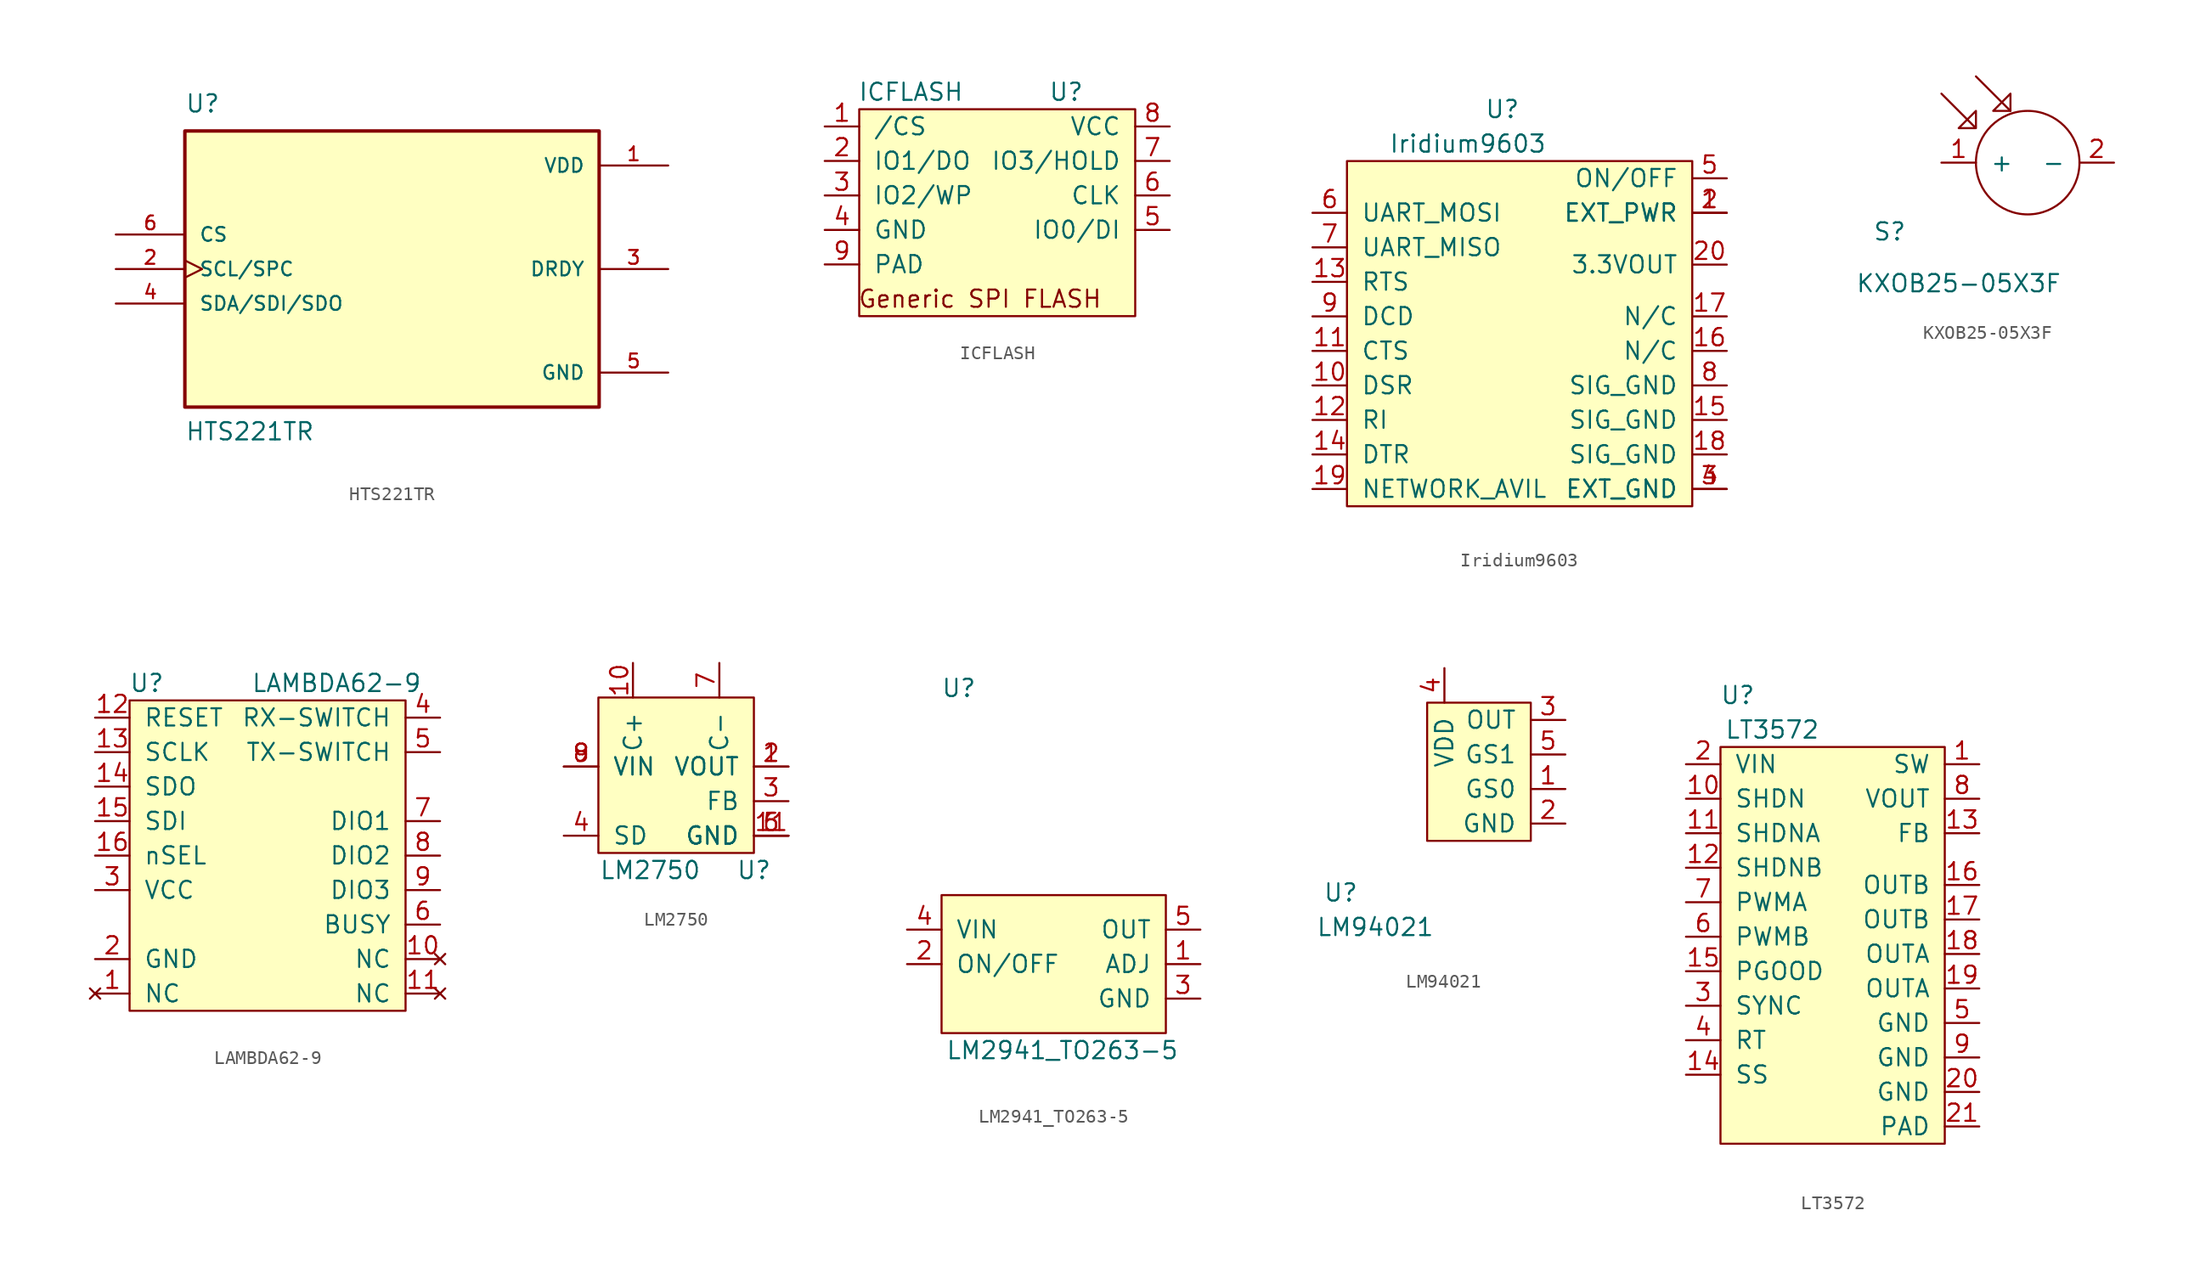
<source format=kicad_sym>
(kicad_symbol_lib
  (version 20211014)
  (generator kicad_symbol_editor)
  (symbol "HTS221TR"
    (pin_names
      (offset 1.016))
    (property "Reference" "U"
      (at -15.24 11.43 0)
      (effects (font (size 1.27 1.27)) (justify left bottom)))
    (property "Value" "HTS221TR"
      (at -15.24 -12.7 0)
      (effects (font (size 1.27 1.27)) (justify left bottom)))
    (property "ki_locked" ""
      (at 0 0 0)
      (effects (font (size 1.27 1.27))))
    (symbol "HTS221TR_0_0"
      (rectangle (start -15.24 -10.16) (end 15.24 10.16) (stroke (width 0.254) (type default) (color 0 0 0 0)) (fill (type background)))
      (pin power_in line (at 20.32 7.62 180) (length 5.08) (name "VDD" (effects (font (size 1.016 1.016)))) (number "1" (effects (font (size 1.016 1.016)))))
      (pin input clock (at -20.32 0 0) (length 5.08) (name "SCL/SPC" (effects (font (size 1.016 1.016)))) (number "2" (effects (font (size 1.016 1.016)))))
      (pin output line (at 20.32 0 180) (length 5.08) (name "DRDY" (effects (font (size 1.016 1.016)))) (number "3" (effects (font (size 1.016 1.016)))))
      (pin bidirectional line (at -20.32 -2.54 0) (length 5.08) (name "SDA/SDI/SDO" (effects (font (size 1.016 1.016)))) (number "4" (effects (font (size 1.016 1.016)))))
      (pin power_in line (at 20.32 -7.62 180) (length 5.08) (name "GND" (effects (font (size 1.016 1.016)))) (number "5" (effects (font (size 1.016 1.016)))))
      (pin input line (at -20.32 2.54 0) (length 5.08) (name "CS" (effects (font (size 1.016 1.016)))) (number "6" (effects (font (size 1.016 1.016)))))))
  (symbol "ICFLASH"
    (pin_names
      (offset 1.016))
    (property "Reference" "U"
      (at 15.24 13.97 0)
      (effects (font (size 1.27 1.27))))
    (property "Value" "ICFLASH"
      (at 3.81 13.97 0)
      (effects (font (size 1.27 1.27))))
    (symbol "ICFLASH_0_0"
      (text "Generic SPI FLASH" (at 8.89 -1.27 0) (effects (font (size 1.27 1.27)))))
    (symbol "ICFLASH_0_1"
      (rectangle (start 0 -2.54) (end 20.32 12.7) (stroke (width 0) (type default) (color 0 0 0 0)) (fill (type background))))
    (symbol "ICFLASH_1_1"
      (pin input line (at -2.54 11.43 0) (length 2.54) (name "/CS" (effects (font (size 1.27 1.27)))) (number "1" (effects (font (size 1.27 1.27)))))
      (pin input line (at -2.54 8.89 0) (length 2.54) (name "IO1/DO" (effects (font (size 1.27 1.27)))) (number "2" (effects (font (size 1.27 1.27)))))
      (pin input line (at -2.54 6.35 0) (length 2.54) (name "IO2/WP" (effects (font (size 1.27 1.27)))) (number "3" (effects (font (size 1.27 1.27)))))
      (pin input line (at -2.54 3.81 0) (length 2.54) (name "GND" (effects (font (size 1.27 1.27)))) (number "4" (effects (font (size 1.27 1.27)))))
      (pin input line (at 22.86 3.81 180) (length 2.54) (name "IO0/DI" (effects (font (size 1.27 1.27)))) (number "5" (effects (font (size 1.27 1.27)))))
      (pin input line (at 22.86 6.35 180) (length 2.54) (name "CLK" (effects (font (size 1.27 1.27)))) (number "6" (effects (font (size 1.27 1.27)))))
      (pin input line (at 22.86 8.89 180) (length 2.54) (name "IO3/HOLD" (effects (font (size 1.27 1.27)))) (number "7" (effects (font (size 1.27 1.27)))))
      (pin input line (at 22.86 11.43 180) (length 2.54) (name "VCC" (effects (font (size 1.27 1.27)))) (number "8" (effects (font (size 1.27 1.27)))))
      (pin input line (at -2.54 1.27 0) (length 2.54) (name "PAD" (effects (font (size 1.27 1.27)))) (number "9" (effects (font (size 1.27 1.27)))))))
  (symbol "Iridium9603"
    (pin_names
      (offset 1.016))
    (property "Reference" "U"
      (at 11.43 29.21 0)
      (effects (font (size 1.27 1.27))))
    (property "Value" "Iridium9603"
      (at 8.89 26.67 0)
      (effects (font (size 1.27 1.27))))
    (symbol "Iridium9603_0_1"
      (rectangle (start 0 0) (end 25.4 25.4) (stroke (width 0) (type default) (color 0 0 0 0)) (fill (type background))))
    (symbol "Iridium9603_1_1"
      (pin input line (at 27.94 21.59 180) (length 2.54) (name "EXT_PWR" (effects (font (size 1.27 1.27)))) (number "1" (effects (font (size 1.27 1.27)))))
      (pin output line (at -2.54 8.89 0) (length 2.54) (name "DSR" (effects (font (size 1.27 1.27)))) (number "10" (effects (font (size 1.27 1.27)))))
      (pin output line (at -2.54 11.43 0) (length 2.54) (name "CTS" (effects (font (size 1.27 1.27)))) (number "11" (effects (font (size 1.27 1.27)))))
      (pin output line (at -2.54 6.35 0) (length 2.54) (name "RI" (effects (font (size 1.27 1.27)))) (number "12" (effects (font (size 1.27 1.27)))))
      (pin input line (at -2.54 16.51 0) (length 2.54) (name "RTS" (effects (font (size 1.27 1.27)))) (number "13" (effects (font (size 1.27 1.27)))))
      (pin input line (at -2.54 3.81 0) (length 2.54) (name "DTR" (effects (font (size 1.27 1.27)))) (number "14" (effects (font (size 1.27 1.27)))))
      (pin input line (at 27.94 6.35 180) (length 2.54) (name "SIG_GND" (effects (font (size 1.27 1.27)))) (number "15" (effects (font (size 1.27 1.27)))))
      (pin input line (at 27.94 11.43 180) (length 2.54) (name "N/C" (effects (font (size 1.27 1.27)))) (number "16" (effects (font (size 1.27 1.27)))))
      (pin input line (at 27.94 13.97 180) (length 2.54) (name "N/C" (effects (font (size 1.27 1.27)))) (number "17" (effects (font (size 1.27 1.27)))))
      (pin input line (at 27.94 3.81 180) (length 2.54) (name "SIG_GND" (effects (font (size 1.27 1.27)))) (number "18" (effects (font (size 1.27 1.27)))))
      (pin output line (at -2.54 1.27 0) (length 2.54) (name "NETWORK_AVIL" (effects (font (size 1.27 1.27)))) (number "19" (effects (font (size 1.27 1.27)))))
      (pin input line (at 27.94 21.59 180) (length 2.54) (name "EXT_PWR" (effects (font (size 1.27 1.27)))) (number "2" (effects (font (size 1.27 1.27)))))
      (pin output line (at 27.94 17.78 180) (length 2.54) (name "3.3VOUT" (effects (font (size 1.27 1.27)))) (number "20" (effects (font (size 1.27 1.27)))))
      (pin input line (at 27.94 1.27 180) (length 2.54) (name "EXT_GND" (effects (font (size 1.27 1.27)))) (number "3" (effects (font (size 1.27 1.27)))))
      (pin input line (at 27.94 1.27 180) (length 2.54) (name "EXT_GND" (effects (font (size 1.27 1.27)))) (number "4" (effects (font (size 1.27 1.27)))))
      (pin input line (at 27.94 24.13 180) (length 2.54) (name "ON/OFF" (effects (font (size 1.27 1.27)))) (number "5" (effects (font (size 1.27 1.27)))))
      (pin input line (at -2.54 21.59 0) (length 2.54) (name "UART_MOSI" (effects (font (size 1.27 1.27)))) (number "6" (effects (font (size 1.27 1.27)))))
      (pin output line (at -2.54 19.05 0) (length 2.54) (name "UART_MISO" (effects (font (size 1.27 1.27)))) (number "7" (effects (font (size 1.27 1.27)))))
      (pin input line (at 27.94 8.89 180) (length 2.54) (name "SIG_GND" (effects (font (size 1.27 1.27)))) (number "8" (effects (font (size 1.27 1.27)))))
      (pin output line (at -2.54 13.97 0) (length 2.54) (name "DCD" (effects (font (size 1.27 1.27)))) (number "9" (effects (font (size 1.27 1.27)))))))
  (symbol "KXOB25-05X3F"
    (pin_names
      (offset 1.016))
    (property "Reference" "S"
      (at -10.16 -5.08 0)
      (effects (font (size 1.27 1.27))))
    (property "Value" "KXOB25-05X3F"
      (at -5.08 -8.89 0)
      (effects (font (size 1.27 1.27))))
    (symbol "KXOB25-05X3F_0_1"
      (polyline (pts (xy -3.81 6.35) (xy -1.27 3.81)) (stroke (width 0) (type default) (color 0 0 0 0)) (fill (type none)))
      (polyline (pts (xy -2.54 3.81) (xy -1.27 5.08) (xy -1.27 3.81) (xy -2.54 3.81)) (stroke (width 0) (type default) (color 0 0 0 0)) (fill (type none)))
      (polyline (pts (xy -6.35 5.08) (xy -3.81 2.54) (xy -3.81 3.81) (xy -5.08 2.54) (xy -3.81 2.54)) (stroke (width 0) (type default) (color 0 0 0 0)) (fill (type none)))
      (circle (center 0 0) (radius 3.81) (stroke (width 0) (type default) (color 0 0 0 0)) (fill (type none))))
    (symbol "KXOB25-05X3F_1_1"
      (pin input line (at -6.35 0 0) (length 2.54) (name "+" (effects (font (size 1.27 1.27)))) (number "1" (effects (font (size 1.27 1.27)))))
      (pin input line (at 6.35 0 180) (length 2.54) (name "-" (effects (font (size 1.27 1.27)))) (number "2" (effects (font (size 1.27 1.27)))))))
  (symbol "LAMBDA62-9"
    (pin_names
      (offset 1.016))
    (property "Reference" "U"
      (at 1.27 24.13 0)
      (effects (font (size 1.27 1.27))))
    (property "Value" "LAMBDA62-9"
      (at 15.24 24.13 0)
      (effects (font (size 1.27 1.27))))
    (symbol "LAMBDA62-9_0_1"
      (rectangle (start 0 0) (end 20.32 22.86) (stroke (width 0) (type default) (color 0 0 0 0)) (fill (type background))))
    (symbol "LAMBDA62-9_1_1"
      (pin no_connect line (at -2.54 1.27 0) (length 2.54) (name "NC" (effects (font (size 1.27 1.27)))) (number "1" (effects (font (size 1.27 1.27)))))
      (pin no_connect line (at 22.86 3.81 180) (length 2.54) (name "NC" (effects (font (size 1.27 1.27)))) (number "10" (effects (font (size 1.27 1.27)))))
      (pin no_connect line (at 22.86 1.27 180) (length 2.54) (name "NC" (effects (font (size 1.27 1.27)))) (number "11" (effects (font (size 1.27 1.27)))))
      (pin input line (at -2.54 21.59 0) (length 2.54) (name "RESET" (effects (font (size 1.27 1.27)))) (number "12" (effects (font (size 1.27 1.27)))))
      (pin input line (at -2.54 19.05 0) (length 2.54) (name "SCLK" (effects (font (size 1.27 1.27)))) (number "13" (effects (font (size 1.27 1.27)))))
      (pin input line (at -2.54 16.51 0) (length 2.54) (name "SDO" (effects (font (size 1.27 1.27)))) (number "14" (effects (font (size 1.27 1.27)))))
      (pin input line (at -2.54 13.97 0) (length 2.54) (name "SDI" (effects (font (size 1.27 1.27)))) (number "15" (effects (font (size 1.27 1.27)))))
      (pin input line (at -2.54 11.43 0) (length 2.54) (name "nSEL" (effects (font (size 1.27 1.27)))) (number "16" (effects (font (size 1.27 1.27)))))
      (pin power_in line (at -2.54 3.81 0) (length 2.54) (name "GND" (effects (font (size 1.27 1.27)))) (number "2" (effects (font (size 1.27 1.27)))))
      (pin power_in line (at -2.54 8.89 0) (length 2.54) (name "VCC" (effects (font (size 1.27 1.27)))) (number "3" (effects (font (size 1.27 1.27)))))
      (pin input line (at 22.86 21.59 180) (length 2.54) (name "RX-SWITCH" (effects (font (size 1.27 1.27)))) (number "4" (effects (font (size 1.27 1.27)))))
      (pin input line (at 22.86 19.05 180) (length 2.54) (name "TX-SWITCH" (effects (font (size 1.27 1.27)))) (number "5" (effects (font (size 1.27 1.27)))))
      (pin input line (at 22.86 6.35 180) (length 2.54) (name "BUSY" (effects (font (size 1.27 1.27)))) (number "6" (effects (font (size 1.27 1.27)))))
      (pin input line (at 22.86 13.97 180) (length 2.54) (name "DIO1" (effects (font (size 1.27 1.27)))) (number "7" (effects (font (size 1.27 1.27)))))
      (pin input line (at 22.86 11.43 180) (length 2.54) (name "DIO2" (effects (font (size 1.27 1.27)))) (number "8" (effects (font (size 1.27 1.27)))))
      (pin input line (at 22.86 8.89 180) (length 2.54) (name "DIO3" (effects (font (size 1.27 1.27)))) (number "9" (effects (font (size 1.27 1.27)))))))
  (symbol "LM2750"
    (pin_names
      (offset 1.016))
    (property "Reference" "U"
      (at 11.43 -1.27 0)
      (effects (font (size 1.27 1.27))))
    (property "Value" "LM2750"
      (at 3.81 -1.27 0)
      (effects (font (size 1.27 1.27))))
    (symbol "LM2750_0_1"
      (rectangle (start 0 0) (end 11.43 11.43) (stroke (width 0) (type default) (color 0 0 0 0)) (fill (type background))))
    (symbol "LM2750_1_1"
      (pin input line (at 13.97 6.35 180) (length 2.54) (name "VOUT" (effects (font (size 1.27 1.27)))) (number "1" (effects (font (size 1.27 1.27)))))
      (pin input line (at 2.54 13.97 270) (length 2.54) (name "C+" (effects (font (size 1.27 1.27)))) (number "10" (effects (font (size 1.27 1.27)))))
      (pin input line (at 13.97 1.27 180) (length 2.54) (name "GND" (effects (font (size 1.27 1.27)))) (number "11" (effects (font (size 1.27 1.27)))))
      (pin input line (at 13.97 6.35 180) (length 2.54) (name "VOUT" (effects (font (size 1.27 1.27)))) (number "2" (effects (font (size 1.27 1.27)))))
      (pin input line (at 13.97 3.81 180) (length 2.54) (name "FB" (effects (font (size 1.27 1.27)))) (number "3" (effects (font (size 1.27 1.27)))))
      (pin input line (at -2.54 1.27 0) (length 2.54) (name "SD" (effects (font (size 1.27 1.27)))) (number "4" (effects (font (size 1.27 1.27)))))
      (pin input line (at 13.97 1.27 180) (length 2.54) (name "GND" (effects (font (size 1.27 1.27)))) (number "5" (effects (font (size 1.27 1.27)))))
      (pin input line (at 13.97 1.27 180) (length 2.54) (name "GND" (effects (font (size 1.27 1.27)))) (number "6" (effects (font (size 1.27 1.27)))))
      (pin input line (at 8.89 13.97 270) (length 2.54) (name "C-" (effects (font (size 1.27 1.27)))) (number "7" (effects (font (size 1.27 1.27)))))
      (pin input line (at -2.54 6.35 0) (length 2.54) (name "VIN" (effects (font (size 1.27 1.27)))) (number "8" (effects (font (size 1.27 1.27)))))
      (pin input line (at -2.54 6.35 0) (length 2.54) (name "VIN" (effects (font (size 1.27 1.27)))) (number "9" (effects (font (size 1.27 1.27)))))))
  (symbol "LM2941_TO263-5"
    (pin_names
      (offset 1.016))
    (property "Reference" "U"
      (at 1.27 25.4 0)
      (effects (font (size 1.27 1.27))))
    (property "Value" "LM2941_TO263-5"
      (at 8.89 -1.27 0)
      (effects (font (size 1.27 1.27))))
    (symbol "LM2941_TO263-5_0_1"
      (rectangle (start 0 0) (end 16.51 10.16) (stroke (width 0) (type default) (color 0 0 0 0)) (fill (type background))))
    (symbol "LM2941_TO263-5_1_1"
      (pin input line (at 19.05 5.08 180) (length 2.54) (name "ADJ" (effects (font (size 1.27 1.27)))) (number "1" (effects (font (size 1.27 1.27)))))
      (pin input line (at -2.54 5.08 0) (length 2.54) (name "ON/OFF" (effects (font (size 1.27 1.27)))) (number "2" (effects (font (size 1.27 1.27)))))
      (pin input line (at 19.05 2.54 180) (length 2.54) (name "GND" (effects (font (size 1.27 1.27)))) (number "3" (effects (font (size 1.27 1.27)))))
      (pin input line (at -2.54 7.62 0) (length 2.54) (name "VIN" (effects (font (size 1.27 1.27)))) (number "4" (effects (font (size 1.27 1.27)))))
      (pin input line (at 19.05 7.62 180) (length 2.54) (name "OUT" (effects (font (size 1.27 1.27)))) (number "5" (effects (font (size 1.27 1.27)))))))
  (symbol "LM94021"
    (pin_names
      (offset 1.016))
    (property "Reference" "U"
      (at -6.35 -3.81 0)
      (effects (font (size 1.27 1.27))))
    (property "Value" "LM94021"
      (at -3.81 -6.35 0)
      (effects (font (size 1.27 1.27))))
    (symbol "LM94021_0_1"
      (rectangle (start 0 0) (end 7.62 10.16) (stroke (width 0) (type default) (color 0 0 0 0)) (fill (type background))))
    (symbol "LM94021_1_1"
      (pin input line (at 10.16 3.81 180) (length 2.54) (name "GS0" (effects (font (size 1.27 1.27)))) (number "1" (effects (font (size 1.27 1.27)))))
      (pin input line (at 10.16 1.27 180) (length 2.54) (name "GND" (effects (font (size 1.27 1.27)))) (number "2" (effects (font (size 1.27 1.27)))))
      (pin input line (at 10.16 8.89 180) (length 2.54) (name "OUT" (effects (font (size 1.27 1.27)))) (number "3" (effects (font (size 1.27 1.27)))))
      (pin input line (at 1.27 12.7 270) (length 2.54) (name "VDD" (effects (font (size 1.27 1.27)))) (number "4" (effects (font (size 1.27 1.27)))))
      (pin input line (at 10.16 6.35 180) (length 2.54) (name "GS1" (effects (font (size 1.27 1.27)))) (number "5" (effects (font (size 1.27 1.27)))))))
  (symbol "LT3572"
    (pin_names
      (offset 1.016))
    (property "Reference" "U"
      (at 1.27 29.21 0)
      (effects (font (size 1.27 1.27))))
    (property "Value" "LT3572"
      (at 3.81 26.67 0)
      (effects (font (size 1.27 1.27))))
    (symbol "LT3572_0_1"
      (rectangle (start 0 -3.81) (end 16.51 25.4) (stroke (width 0) (type default) (color 0 0 0 0)) (fill (type background))))
    (symbol "LT3572_1_1"
      (pin input line (at 19.05 24.13 180) (length 2.54) (name "SW" (effects (font (size 1.27 1.27)))) (number "1" (effects (font (size 1.27 1.27)))))
      (pin input line (at -2.54 21.59 0) (length 2.54) (name "SHDN" (effects (font (size 1.27 1.27)))) (number "10" (effects (font (size 1.27 1.27)))))
      (pin input line (at -2.54 19.05 0) (length 2.54) (name "SHDNA" (effects (font (size 1.27 1.27)))) (number "11" (effects (font (size 1.27 1.27)))))
      (pin input line (at -2.54 16.51 0) (length 2.54) (name "SHDNB" (effects (font (size 1.27 1.27)))) (number "12" (effects (font (size 1.27 1.27)))))
      (pin input line (at 19.05 19.05 180) (length 2.54) (name "FB" (effects (font (size 1.27 1.27)))) (number "13" (effects (font (size 1.27 1.27)))))
      (pin input line (at -2.54 1.27 0) (length 2.54) (name "SS" (effects (font (size 1.27 1.27)))) (number "14" (effects (font (size 1.27 1.27)))))
      (pin input line (at -2.54 8.89 0) (length 2.54) (name "PGOOD" (effects (font (size 1.27 1.27)))) (number "15" (effects (font (size 1.27 1.27)))))
      (pin input line (at 19.05 15.24 180) (length 2.54) (name "OUTB" (effects (font (size 1.27 1.27)))) (number "16" (effects (font (size 1.27 1.27)))))
      (pin input line (at 19.05 12.7 180) (length 2.54) (name "OUTB" (effects (font (size 1.27 1.27)))) (number "17" (effects (font (size 1.27 1.27)))))
      (pin input line (at 19.05 10.16 180) (length 2.54) (name "OUTA" (effects (font (size 1.27 1.27)))) (number "18" (effects (font (size 1.27 1.27)))))
      (pin input line (at 19.05 7.62 180) (length 2.54) (name "OUTA" (effects (font (size 1.27 1.27)))) (number "19" (effects (font (size 1.27 1.27)))))
      (pin input line (at -2.54 24.13 0) (length 2.54) (name "VIN" (effects (font (size 1.27 1.27)))) (number "2" (effects (font (size 1.27 1.27)))))
      (pin input line (at 19.05 0 180) (length 2.54) (name "GND" (effects (font (size 1.27 1.27)))) (number "20" (effects (font (size 1.27 1.27)))))
      (pin input line (at 19.05 -2.54 180) (length 2.54) (name "PAD" (effects (font (size 1.27 1.27)))) (number "21" (effects (font (size 1.27 1.27)))))
      (pin input line (at -2.54 6.35 0) (length 2.54) (name "SYNC" (effects (font (size 1.27 1.27)))) (number "3" (effects (font (size 1.27 1.27)))))
      (pin input line (at -2.54 3.81 0) (length 2.54) (name "RT" (effects (font (size 1.27 1.27)))) (number "4" (effects (font (size 1.27 1.27)))))
      (pin input line (at 19.05 5.08 180) (length 2.54) (name "GND" (effects (font (size 1.27 1.27)))) (number "5" (effects (font (size 1.27 1.27)))))
      (pin input line (at -2.54 11.43 0) (length 2.54) (name "PWMB" (effects (font (size 1.27 1.27)))) (number "6" (effects (font (size 1.27 1.27)))))
      (pin input line (at -2.54 13.97 0) (length 2.54) (name "PWMA" (effects (font (size 1.27 1.27)))) (number "7" (effects (font (size 1.27 1.27)))))
      (pin input line (at 19.05 21.59 180) (length 2.54) (name "VOUT" (effects (font (size 1.27 1.27)))) (number "8" (effects (font (size 1.27 1.27)))))
      (pin input line (at 19.05 2.54 180) (length 2.54) (name "GND" (effects (font (size 1.27 1.27)))) (number "9" (effects (font (size 1.27 1.27))))))))
</source>
